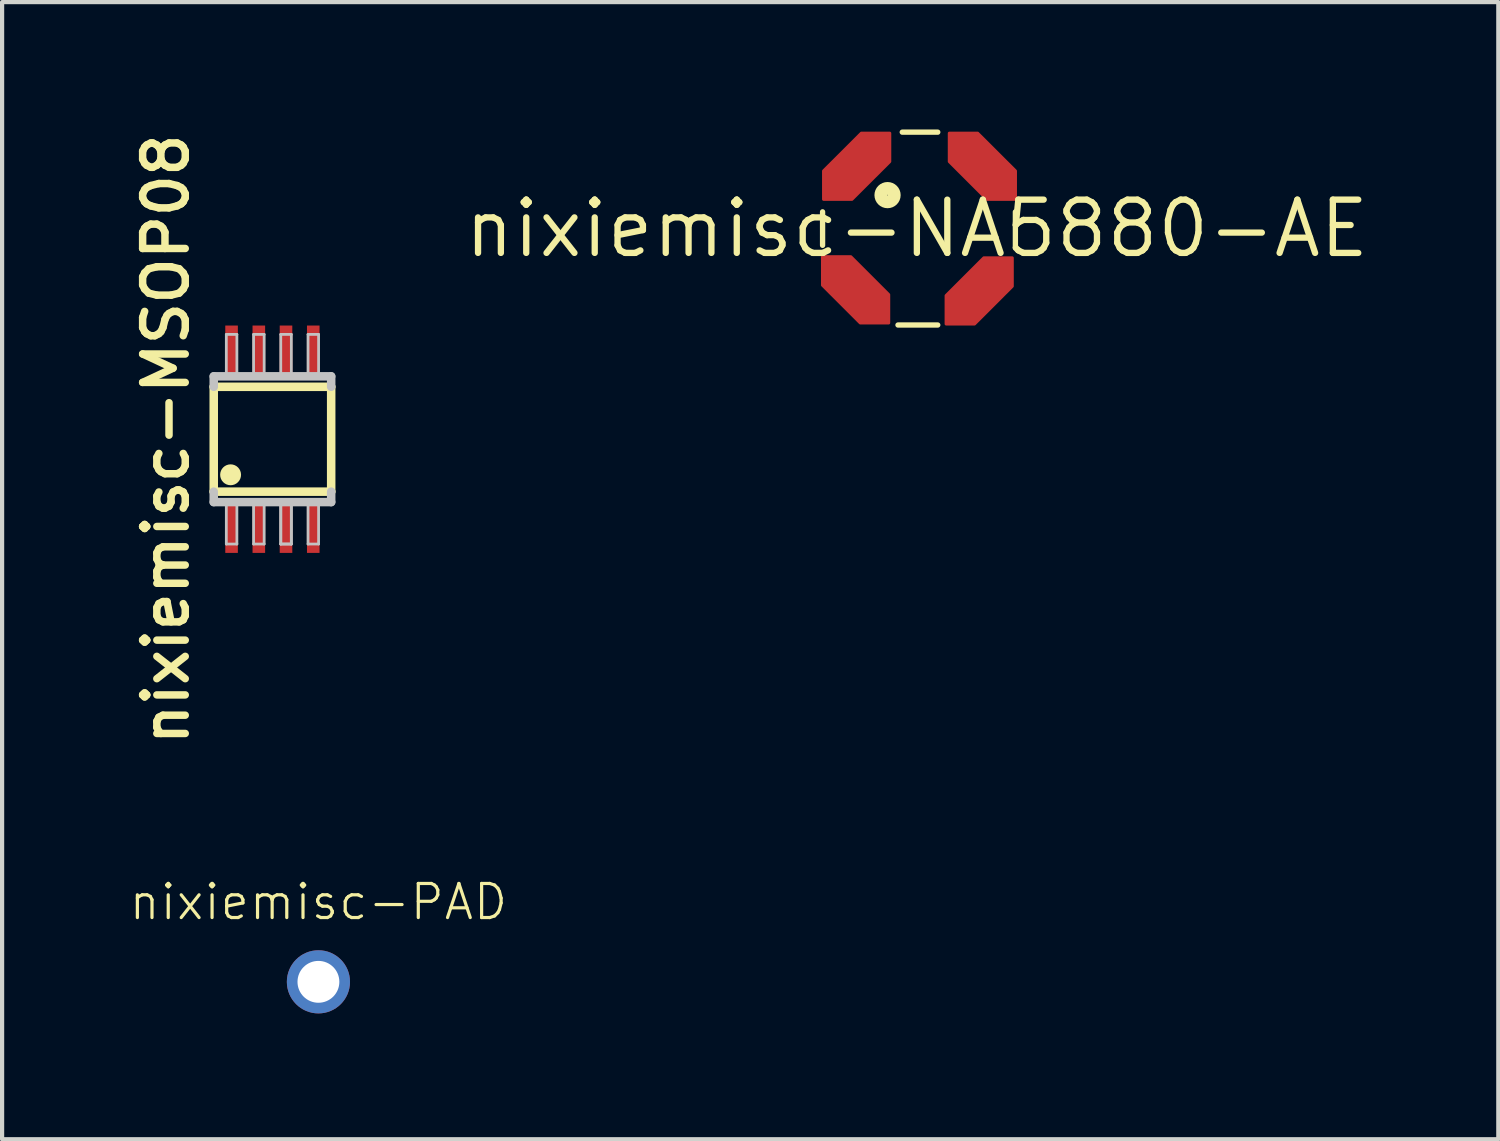
<source format=kicad_pcb>
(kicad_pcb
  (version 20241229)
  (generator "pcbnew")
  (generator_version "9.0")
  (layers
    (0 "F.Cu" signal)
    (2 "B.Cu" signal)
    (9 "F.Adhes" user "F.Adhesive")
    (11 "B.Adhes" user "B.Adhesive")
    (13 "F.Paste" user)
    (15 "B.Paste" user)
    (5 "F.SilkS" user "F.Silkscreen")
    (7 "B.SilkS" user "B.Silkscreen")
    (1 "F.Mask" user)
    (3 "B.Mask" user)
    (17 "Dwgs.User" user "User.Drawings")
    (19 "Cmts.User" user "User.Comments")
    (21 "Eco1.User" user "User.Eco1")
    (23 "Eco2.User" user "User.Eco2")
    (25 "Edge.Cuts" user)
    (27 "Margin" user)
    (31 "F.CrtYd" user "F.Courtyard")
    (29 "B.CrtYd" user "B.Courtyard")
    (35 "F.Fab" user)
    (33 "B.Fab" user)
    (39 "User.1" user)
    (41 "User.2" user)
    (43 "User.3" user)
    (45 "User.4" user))
  (footprint "nixiemisc-MSOP08"
    (layer "F.Cu")
    (at 3.446 7.422)
    (property "Reference" "nixiemisc-MSOP08" (at -2.54 0 90) (layer "F.SilkS") (effects (font (size 1.016 1.016) (thickness 0.178))))
    (attr smd)
    (fp_line (start -1.4 -1.25) (end 1.4 -1.25) (stroke (width 0.203) (type solid)) (layer "F.SilkS"))
    (fp_line (start -1.4 1.25) (end -1.4 -1.25) (stroke (width 0.203) (type solid)) (layer "F.SilkS"))
    (fp_line (start 1.4 -1.25) (end 1.4 1.25) (stroke (width 0.203) (type solid)) (layer "F.SilkS"))
    (fp_line (start 1.4 1.25) (end -1.4 1.25) (stroke (width 0.203) (type solid)) (layer "F.SilkS"))
    (fp_circle (center -0.998 0.848) (end -0.998 0.599) (stroke (width 0) (type solid)) (fill yes) (layer "F.SilkS"))
    (fp_line (start -1.4 -1.499) (end 1.4 -1.499) (stroke (width 0.203) (type solid)) (layer "Dwgs.User"))
    (fp_line (start -1.4 -1.25) (end -1.4 -1.499) (stroke (width 0.203) (type solid)) (layer "Dwgs.User"))
    (fp_line (start -1.4 1.25) (end -1.4 1.499) (stroke (width 0.203) (type solid)) (layer "Dwgs.User"))
    (fp_line (start -1.1 -2.499) (end -0.848 -2.499) (stroke (width 0.066) (type solid)) (layer "Dwgs.User"))
    (fp_line (start -1.1 -1.499) (end -1.1 -2.499) (stroke (width 0.066) (type solid)) (layer "Dwgs.User"))
    (fp_line (start -1.1 -1.499) (end -0.848 -1.499) (stroke (width 0.066) (type solid)) (layer "Dwgs.User"))
    (fp_line (start -1.1 1.499) (end -0.848 1.499) (stroke (width 0.066) (type solid)) (layer "Dwgs.User"))
    (fp_line (start -1.1 2.499) (end -1.1 1.499) (stroke (width 0.066) (type solid)) (layer "Dwgs.User"))
    (fp_line (start -1.1 2.499) (end -0.848 2.499) (stroke (width 0.066) (type solid)) (layer "Dwgs.User"))
    (fp_line (start -0.848 -1.499) (end -0.848 -2.499) (stroke (width 0.066) (type solid)) (layer "Dwgs.User"))
    (fp_line (start -0.848 2.499) (end -0.848 1.499) (stroke (width 0.066) (type solid)) (layer "Dwgs.User"))
    (fp_line (start -0.45 -2.499) (end -0.198 -2.499) (stroke (width 0.066) (type solid)) (layer "Dwgs.User"))
    (fp_line (start -0.45 -1.499) (end -0.45 -2.499) (stroke (width 0.066) (type solid)) (layer "Dwgs.User"))
    (fp_line (start -0.45 -1.499) (end -0.198 -1.499) (stroke (width 0.066) (type solid)) (layer "Dwgs.User"))
    (fp_line (start -0.45 1.499) (end -0.198 1.499) (stroke (width 0.066) (type solid)) (layer "Dwgs.User"))
    (fp_line (start -0.45 2.499) (end -0.45 1.499) (stroke (width 0.066) (type solid)) (layer "Dwgs.User"))
    (fp_line (start -0.45 2.499) (end -0.198 2.499) (stroke (width 0.066) (type solid)) (layer "Dwgs.User"))
    (fp_line (start -0.198 -1.499) (end -0.198 -2.499) (stroke (width 0.066) (type solid)) (layer "Dwgs.User"))
    (fp_line (start -0.198 2.499) (end -0.198 1.499) (stroke (width 0.066) (type solid)) (layer "Dwgs.User"))
    (fp_line (start 0.198 -2.499) (end 0.45 -2.499) (stroke (width 0.066) (type solid)) (layer "Dwgs.User"))
    (fp_line (start 0.198 -1.499) (end 0.198 -2.499) (stroke (width 0.066) (type solid)) (layer "Dwgs.User"))
    (fp_line (start 0.198 -1.499) (end 0.45 -1.499) (stroke (width 0.066) (type solid)) (layer "Dwgs.User"))
    (fp_line (start 0.198 1.499) (end 0.45 1.499) (stroke (width 0.066) (type solid)) (layer "Dwgs.User"))
    (fp_line (start 0.198 1.499) (end 0.45 1.499) (stroke (width 0.066) (type solid)) (layer "Dwgs.User"))
    (fp_line (start 0.198 2.499) (end 0.198 1.499) (stroke (width 0.066) (type solid)) (layer "Dwgs.User"))
    (fp_line (start 0.198 2.499) (end 0.198 1.499) (stroke (width 0.066) (type solid)) (layer "Dwgs.User"))
    (fp_line (start 0.198 2.499) (end 0.45 2.499) (stroke (width 0.066) (type solid)) (layer "Dwgs.User"))
    (fp_line (start 0.198 2.499) (end 0.45 2.499) (stroke (width 0.066) (type solid)) (layer "Dwgs.User"))
    (fp_line (start 0.45 -1.499) (end 0.45 -2.499) (stroke (width 0.066) (type solid)) (layer "Dwgs.User"))
    (fp_line (start 0.45 2.499) (end 0.45 1.499) (stroke (width 0.066) (type solid)) (layer "Dwgs.User"))
    (fp_line (start 0.45 2.499) (end 0.45 1.499) (stroke (width 0.066) (type solid)) (layer "Dwgs.User"))
    (fp_line (start 0.848 -2.499) (end 1.1 -2.499) (stroke (width 0.066) (type solid)) (layer "Dwgs.User"))
    (fp_line (start 0.848 -1.499) (end 0.848 -2.499) (stroke (width 0.066) (type solid)) (layer "Dwgs.User"))
    (fp_line (start 0.848 -1.499) (end 1.1 -1.499) (stroke (width 0.066) (type solid)) (layer "Dwgs.User"))
    (fp_line (start 0.848 1.499) (end 1.1 1.499) (stroke (width 0.066) (type solid)) (layer "Dwgs.User"))
    (fp_line (start 0.848 2.499) (end 0.848 1.499) (stroke (width 0.066) (type solid)) (layer "Dwgs.User"))
    (fp_line (start 0.848 2.499) (end 1.1 2.499) (stroke (width 0.066) (type solid)) (layer "Dwgs.User"))
    (fp_line (start 1.1 -1.499) (end 1.1 -2.499) (stroke (width 0.066) (type solid)) (layer "Dwgs.User"))
    (fp_line (start 1.1 2.499) (end 1.1 1.499) (stroke (width 0.066) (type solid)) (layer "Dwgs.User"))
    (fp_line (start 1.4 -1.25) (end 1.4 -1.499) (stroke (width 0.203) (type solid)) (layer "Dwgs.User"))
    (fp_line (start 1.4 1.25) (end 1.4 1.499) (stroke (width 0.203) (type solid)) (layer "Dwgs.User"))
    (fp_line (start 1.4 1.499) (end -1.4 1.499) (stroke (width 0.203) (type solid)) (layer "Dwgs.User"))
    (pad "1" smd rect (at -0.975 2.111) (size 0.3 1.199) (layers "F.Cu" "F.Mask" "F.Paste"))
    (pad "2" smd rect (at -0.325 2.111) (size 0.3 1.199) (layers "F.Cu" "F.Mask" "F.Paste"))
    (pad "3" smd rect (at 0.323 2.111) (size 0.3 1.199) (layers "F.Cu" "F.Mask" "F.Paste"))
    (pad "4" smd rect (at 0.973 2.111) (size 0.3 1.199) (layers "F.Cu" "F.Mask" "F.Paste"))
    (pad "5" smd rect (at 0.973 -2.111) (size 0.3 1.199) (layers "F.Cu" "F.Mask" "F.Paste"))
    (pad "6" smd rect (at 0.323 -2.111) (size 0.3 1.199) (layers "F.Cu" "F.Mask" "F.Paste"))
    (pad "7" smd rect (at -0.325 -2.111) (size 0.3 1.199) (layers "F.Cu" "F.Mask" "F.Paste"))
    (pad "8" smd rect (at -0.975 -2.111) (size 0.3 1.199) (layers "F.Cu" "F.Mask" "F.Paste")))
  (footprint "nixiemisc-PAD"
    (layer "F.Cu")
    (at 4.542 20.359)
    (property "Reference" "nixiemisc-PAD" (at 0 -1.905 0) (layer "F.SilkS") (effects (font (size 0.813 0.813) (thickness 0.076))))
    (attr exclude_from_pos_files exclude_from_bom)
    (pad "P$1" thru_hole circle (at 0 0) (size 1.506 1.506) (drill 0.998) (layers "*.Cu" "*.Mask")))
  (footprint "nixiemisc-NA5880-AE"
    (layer "F.Cu")
    (at 18.81 2.4)
    (property "Reference" "nixiemisc-NA5880-AE" (at 0 0 0) (layer "F.SilkS") (effects (font (size 1.27 1.27) (thickness 0.15))))
    (attr smd)
    (fp_poly (pts (xy -2.223 -0.699) (xy -2.223 -1.374) (xy -1.323 -2.273) (xy -0.648 -2.273) (xy -0.648 -1.598) (xy -1.549 -0.699) (xy -2.223 -0.699)) (stroke (width 0.076) (type solid)) (fill yes) (layer "F.Cu"))
    (fp_poly (pts (xy -0.673 2.248) (xy -1.349 2.248) (xy -2.248 1.349) (xy -2.248 0.673) (xy -1.575 0.673) (xy -0.673 1.575) (xy -0.673 2.248)) (stroke (width 0.076) (type solid)) (fill yes) (layer "F.Cu"))
    (fp_poly (pts (xy 0.699 2.273) (xy 0.699 1.598) (xy 1.598 0.699) (xy 2.273 0.699) (xy 2.273 1.374) (xy 1.374 2.273) (xy 0.699 2.273)) (stroke (width 0.076) (type solid)) (fill yes) (layer "F.Cu"))
    (fp_poly (pts (xy 2.349 -0.699) (xy 1.674 -0.699) (xy 0.775 -1.598) (xy 0.775 -2.273) (xy 1.448 -2.273) (xy 2.349 -1.374) (xy 2.349 -0.699)) (stroke (width 0.076) (type solid)) (fill yes) (layer "F.Cu"))
    (fp_poly (pts (xy -2.223 -0.699) (xy -2.223 -1.374) (xy -1.323 -2.273) (xy -0.648 -2.273) (xy -0.648 -1.598) (xy -1.549 -0.699) (xy -2.223 -0.699)) (stroke (width 0.254) (type solid)) (fill yes) (layer "F.Mask"))
    (fp_poly (pts (xy -0.673 2.248) (xy -1.349 2.248) (xy -2.248 1.349) (xy -2.248 0.673) (xy -1.575 0.673) (xy -0.673 1.575) (xy -0.673 2.248)) (stroke (width 0.254) (type solid)) (fill yes) (layer "F.Mask"))
    (fp_poly (pts (xy 0.699 2.273) (xy 0.699 1.598) (xy 1.598 0.699) (xy 2.273 0.699) (xy 2.273 1.374) (xy 1.374 2.273) (xy 0.699 2.273)) (stroke (width 0.254) (type solid)) (fill yes) (layer "F.Mask"))
    (fp_poly (pts (xy 2.349 -0.699) (xy 1.674 -0.699) (xy 0.775 -1.598) (xy 0.775 -2.273) (xy 1.448 -2.273) (xy 2.349 -1.374) (xy 2.349 -0.699)) (stroke (width 0.254) (type solid)) (fill yes) (layer "F.Mask"))
    (fp_line (start -2.248 -0.399) (end -2.248 0.399) (stroke (width 0.127) (type solid)) (layer "F.SilkS"))
    (fp_line (start -0.45 2.299) (end 0.498 2.299) (stroke (width 0.127) (type solid)) (layer "F.SilkS"))
    (fp_line (start -0.348 -2.299) (end 0.498 -2.299) (stroke (width 0.127) (type solid)) (layer "F.SilkS"))
    (fp_line (start 2.349 -0.399) (end 2.349 0.45) (stroke (width 0.127) (type solid)) (layer "F.SilkS"))
    (fp_circle (center -0.699 -0.798) (end -0.699 -0.958) (stroke (width 0.305) (type solid)) (fill no) (layer "F.SilkS"))
    (fp_poly (pts (xy -2.223 -0.699) (xy -2.223 -1.374) (xy -1.323 -2.273) (xy -0.648 -2.273) (xy -0.648 -1.598) (xy -1.549 -0.699) (xy -2.223 -0.699)) (stroke (width 0.076) (type solid)) (fill yes) (layer "F.Paste"))
    (fp_poly (pts (xy -0.673 2.248) (xy -1.349 2.248) (xy -2.248 1.349) (xy -2.248 0.673) (xy -1.575 0.673) (xy -0.673 1.575) (xy -0.673 2.248)) (stroke (width 0.076) (type solid)) (fill yes) (layer "F.Paste"))
    (fp_poly (pts (xy 0.699 2.273) (xy 0.699 1.598) (xy 1.598 0.699) (xy 2.273 0.699) (xy 2.273 1.374) (xy 1.374 2.273) (xy 0.699 2.273)) (stroke (width 0.076) (type solid)) (fill yes) (layer "F.Paste"))
    (fp_poly (pts (xy 2.349 -0.699) (xy 1.674 -0.699) (xy 0.775 -1.598) (xy 0.775 -2.273) (xy 1.448 -2.273) (xy 2.349 -1.374) (xy 2.349 -0.699)) (stroke (width 0.076) (type solid)) (fill yes) (layer "F.Paste"))
    (pad "P$1" smd rect (at -1.448 -1.473 45) (size 1.199 0.798) (layers "F.Cu" "F.Mask" "F.Paste"))
    (pad "P$2" smd rect (at -1.473 1.448 135) (size 1.199 0.798) (layers "F.Cu" "F.Mask" "F.Paste"))
    (pad "P$3" smd rect (at 1.448 1.499 225) (size 1.199 0.798) (layers "F.Cu" "F.Mask" "F.Paste"))
    (pad "P$4" smd rect (at 1.575 -1.499 135) (size 1.199 0.798) (layers "F.Cu" "F.Mask" "F.Paste")))
  (gr_rect
    (start -3 -3)
    (end 32.673 24.112)
    (stroke (width 0.1) (type default))
    (fill no)
    (layer "Edge.Cuts")))
</source>
